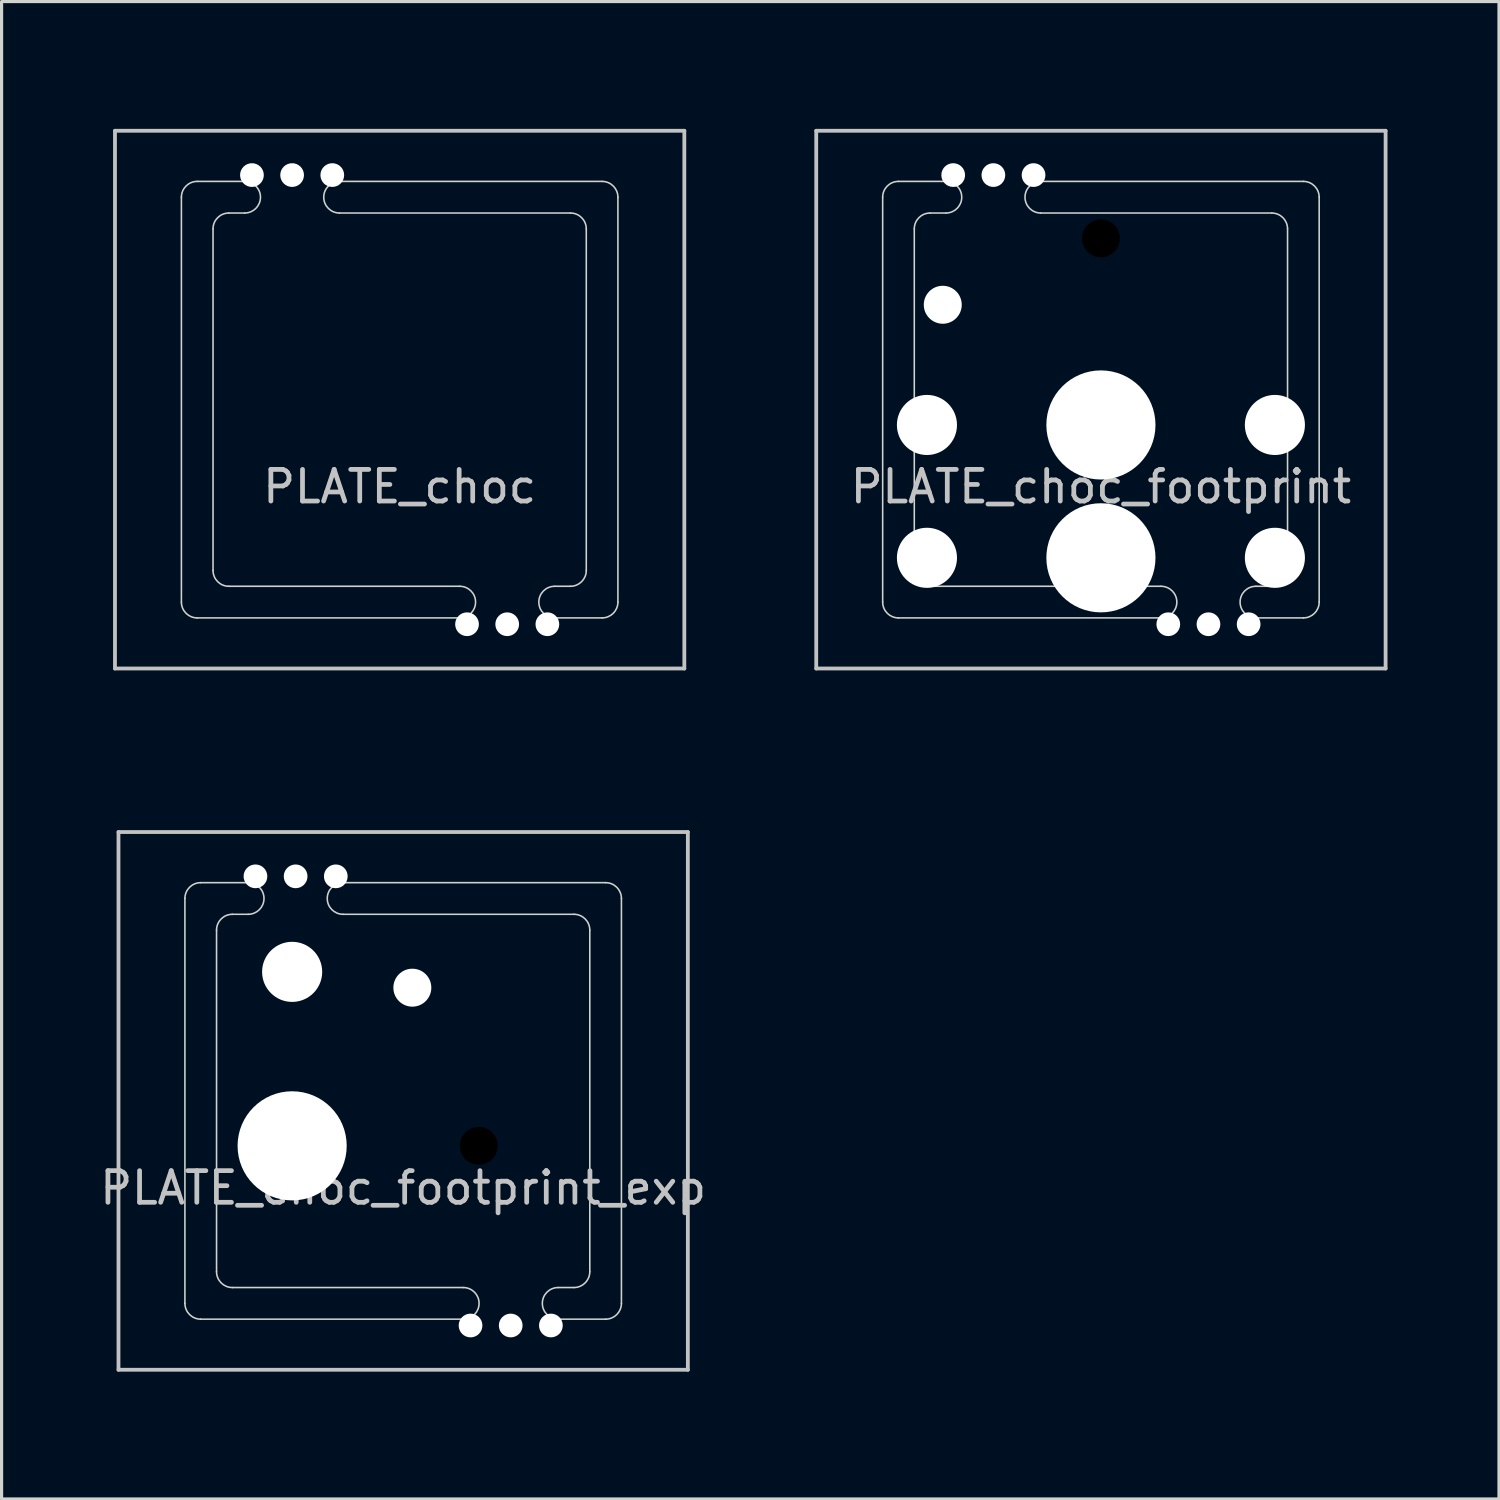
<source format=kicad_pcb>
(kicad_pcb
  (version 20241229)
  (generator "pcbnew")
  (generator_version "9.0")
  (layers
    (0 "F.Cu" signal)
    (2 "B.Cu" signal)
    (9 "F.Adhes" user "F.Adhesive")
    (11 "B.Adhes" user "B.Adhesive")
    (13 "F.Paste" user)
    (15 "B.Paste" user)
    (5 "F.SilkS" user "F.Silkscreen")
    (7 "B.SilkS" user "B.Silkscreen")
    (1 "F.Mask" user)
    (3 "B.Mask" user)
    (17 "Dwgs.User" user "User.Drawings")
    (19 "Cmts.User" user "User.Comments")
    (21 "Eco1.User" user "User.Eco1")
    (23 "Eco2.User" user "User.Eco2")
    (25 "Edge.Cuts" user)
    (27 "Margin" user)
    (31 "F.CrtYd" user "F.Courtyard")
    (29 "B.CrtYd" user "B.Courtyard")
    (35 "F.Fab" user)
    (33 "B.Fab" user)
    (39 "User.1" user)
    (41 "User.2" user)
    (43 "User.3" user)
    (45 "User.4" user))
  (footprint "PLATE_choc"
    (layer "F.Cu")
    (at 9.585 9.585)
    (property "Reference" "PLATE_choc" (at 0 2.75 0) (layer "Dwgs.User") (effects (font (size 1 1) (thickness 0.15))))
    (attr exclude_from_pos_files exclude_from_bom)
    (fp_line (start -9 -8.5) (end -9 8.5) (stroke (width 0.12) (type solid)) (layer "Dwgs.User"))
    (fp_line (start -9 8.5) (end 9 8.5) (stroke (width 0.12) (type solid)) (layer "Dwgs.User"))
    (fp_line (start 9 -8.5) (end -9 -8.5) (stroke (width 0.12) (type solid)) (layer "Dwgs.User"))
    (fp_line (start 9 8.5) (end 9 -8.5) (stroke (width 0.12) (type solid)) (layer "Dwgs.User"))
    (fp_line (start -9.525 -9.525) (end 9.525 -9.525) (stroke (width 0.12) (type solid)) (layer "Eco1.User"))
    (fp_line (start -9.525 9.525) (end -9.525 -9.525) (stroke (width 0.12) (type solid)) (layer "Eco1.User"))
    (fp_line (start 9.525 -9.525) (end 9.525 9.525) (stroke (width 0.12) (type solid)) (layer "Eco1.User"))
    (fp_line (start 9.525 9.525) (end -9.525 9.525) (stroke (width 0.12) (type solid)) (layer "Eco1.User"))
    (fp_line (start -6.9 -6.4) (end -6.9 6.4) (stroke (width 0.05) (type solid)) (layer "Edge.Cuts"))
    (fp_line (start -5.9 -5.4) (end -5.9 5.4) (stroke (width 0.05) (type solid)) (layer "Edge.Cuts"))
    (fp_line (start -5.4 5.9) (end 1.9 5.9) (stroke (width 0.05) (type solid)) (layer "Edge.Cuts"))
    (fp_line (start -4.9 -6.9) (end -6.4 -6.9) (stroke (width 0.05) (type solid)) (layer "Edge.Cuts"))
    (fp_line (start -4.9 -5.9) (end -5.4 -5.9) (stroke (width 0.05) (type solid)) (layer "Edge.Cuts"))
    (fp_line (start 1.9 6.9) (end -6.4 6.9) (stroke (width 0.05) (type solid)) (layer "Edge.Cuts"))
    (fp_line (start 4.9 5.9) (end 5.4 5.9) (stroke (width 0.05) (type solid)) (layer "Edge.Cuts"))
    (fp_line (start 5.4 -5.9) (end -1.9 -5.9) (stroke (width 0.05) (type solid)) (layer "Edge.Cuts"))
    (fp_line (start 5.9 5.4) (end 5.9 -5.4) (stroke (width 0.05) (type solid)) (layer "Edge.Cuts"))
    (fp_line (start 6.4 -6.9) (end -1.9 -6.9) (stroke (width 0.05) (type solid)) (layer "Edge.Cuts"))
    (fp_line (start 6.4 6.9) (end 4.9 6.9) (stroke (width 0.05) (type solid)) (layer "Edge.Cuts"))
    (fp_line (start 6.9 6.4) (end 6.9 -6.4) (stroke (width 0.05) (type solid)) (layer "Edge.Cuts"))
    (fp_arc (start -6.9 -6.4) (mid -6.753553 -6.753553) (end -6.4 -6.9) (stroke (width 0.05) (type solid)) (layer "Edge.Cuts"))
    (fp_arc (start -6.4 6.9) (mid -6.753553 6.753553) (end -6.9 6.4) (stroke (width 0.05) (type solid)) (layer "Edge.Cuts"))
    (fp_arc (start -5.9 -5.4) (mid -5.753553 -5.753553) (end -5.4 -5.9) (stroke (width 0.05) (type solid)) (layer "Edge.Cuts"))
    (fp_arc (start -5.4 5.9) (mid -5.753553 5.753553) (end -5.9 5.4) (stroke (width 0.05) (type solid)) (layer "Edge.Cuts"))
    (fp_arc (start -4.9 -6.9) (mid -4.4 -6.4) (end -4.9 -5.9) (stroke (width 0.05) (type solid)) (layer "Edge.Cuts"))
    (fp_arc (start -1.9 -5.9) (mid -2.4 -6.4) (end -1.9 -6.9) (stroke (width 0.05) (type solid)) (layer "Edge.Cuts"))
    (fp_arc (start 1.9 5.9) (mid 2.4 6.4) (end 1.9 6.9) (stroke (width 0.05) (type solid)) (layer "Edge.Cuts"))
    (fp_arc (start 4.9 6.9) (mid 4.4 6.4) (end 4.9 5.9) (stroke (width 0.05) (type solid)) (layer "Edge.Cuts"))
    (fp_arc (start 5.4 -5.9) (mid 5.753553 -5.753553) (end 5.9 -5.4) (stroke (width 0.05) (type solid)) (layer "Edge.Cuts"))
    (fp_arc (start 5.9 5.4) (mid 5.753553 5.753553) (end 5.4 5.9) (stroke (width 0.05) (type solid)) (layer "Edge.Cuts"))
    (fp_arc (start 6.4 -6.9) (mid 6.753553 -6.753553) (end 6.9 -6.4) (stroke (width 0.05) (type solid)) (layer "Edge.Cuts"))
    (fp_arc (start 6.9 6.4) (mid 6.753553 6.753553) (end 6.4 6.9) (stroke (width 0.05) (type solid)) (layer "Edge.Cuts"))
    (fp_text user "Eco1: 19.05 spacing" (at 0 8.25 0) (layer "Eco1.User") (effects (font (size 1 1) (thickness 0.15))))
    (pad "" np_thru_hole circle (at -4.67 -7.1) (size 0.75 0.75) (drill 0.75) (layers "*.Cu" "*.Mask"))
    (pad "" np_thru_hole circle (at -3.4 -7.1) (size 0.75 0.75) (drill 0.75) (layers "*.Cu" "*.Mask"))
    (pad "" np_thru_hole circle (at -2.13 -7.1) (size 0.75 0.75) (drill 0.75) (layers "*.Cu" "*.Mask"))
    (pad "" np_thru_hole circle (at 2.13 7.1) (size 0.75 0.75) (drill 0.75) (layers "*.Cu" "*.Mask"))
    (pad "" np_thru_hole circle (at 3.4 7.1) (size 0.75 0.75) (drill 0.75) (layers "*.Cu" "*.Mask"))
    (pad "" np_thru_hole circle (at 4.67 7.1) (size 0.75 0.75) (drill 0.75) (layers "*.Cu" "*.Mask")))
  (footprint "PLATE_choc_footprint"
    (layer "F.Cu")
    (at 31.755 9.585)
    (property "Reference" "PLATE_choc_footprint" (at 0 2.75 0) (layer "Dwgs.User") (effects (font (size 1 1) (thickness 0.15))))
    (attr exclude_from_pos_files exclude_from_bom)
    (fp_line (start -9 -8.5) (end -9 8.5) (stroke (width 0.12) (type solid)) (layer "Dwgs.User"))
    (fp_line (start -9 8.5) (end 9 8.5) (stroke (width 0.12) (type solid)) (layer "Dwgs.User"))
    (fp_line (start 9 -8.5) (end -9 -8.5) (stroke (width 0.12) (type solid)) (layer "Dwgs.User"))
    (fp_line (start 9 8.5) (end 9 -8.5) (stroke (width 0.12) (type solid)) (layer "Dwgs.User"))
    (fp_line (start -9.525 -9.525) (end 9.525 -9.525) (stroke (width 0.12) (type solid)) (layer "Eco1.User"))
    (fp_line (start -9.525 9.525) (end -9.525 -9.525) (stroke (width 0.12) (type solid)) (layer "Eco1.User"))
    (fp_line (start 9.525 -9.525) (end 9.525 9.525) (stroke (width 0.12) (type solid)) (layer "Eco1.User"))
    (fp_line (start 9.525 9.525) (end -9.525 9.525) (stroke (width 0.12) (type solid)) (layer "Eco1.User"))
    (fp_line (start -6.9 -6.4) (end -6.9 6.4) (stroke (width 0.05) (type solid)) (layer "Edge.Cuts"))
    (fp_line (start -5.9 -5.4) (end -5.9 5.4) (stroke (width 0.05) (type solid)) (layer "Edge.Cuts"))
    (fp_line (start -5.4 5.9) (end 1.9 5.9) (stroke (width 0.05) (type solid)) (layer "Edge.Cuts"))
    (fp_line (start -4.9 -6.9) (end -6.4 -6.9) (stroke (width 0.05) (type solid)) (layer "Edge.Cuts"))
    (fp_line (start -4.9 -5.9) (end -5.4 -5.9) (stroke (width 0.05) (type solid)) (layer "Edge.Cuts"))
    (fp_line (start 1.9 6.9) (end -6.4 6.9) (stroke (width 0.05) (type solid)) (layer "Edge.Cuts"))
    (fp_line (start 4.9 5.9) (end 5.4 5.9) (stroke (width 0.05) (type solid)) (layer "Edge.Cuts"))
    (fp_line (start 5.4 -5.9) (end -1.9 -5.9) (stroke (width 0.05) (type solid)) (layer "Edge.Cuts"))
    (fp_line (start 5.9 5.4) (end 5.9 -5.4) (stroke (width 0.05) (type solid)) (layer "Edge.Cuts"))
    (fp_line (start 6.4 -6.9) (end -1.9 -6.9) (stroke (width 0.05) (type solid)) (layer "Edge.Cuts"))
    (fp_line (start 6.4 6.9) (end 4.9 6.9) (stroke (width 0.05) (type solid)) (layer "Edge.Cuts"))
    (fp_line (start 6.9 6.4) (end 6.9 -6.4) (stroke (width 0.05) (type solid)) (layer "Edge.Cuts"))
    (fp_arc (start -6.9 -6.4) (mid -6.753553 -6.753553) (end -6.4 -6.9) (stroke (width 0.05) (type solid)) (layer "Edge.Cuts"))
    (fp_arc (start -6.4 6.9) (mid -6.753553 6.753553) (end -6.9 6.4) (stroke (width 0.05) (type solid)) (layer "Edge.Cuts"))
    (fp_arc (start -5.9 -5.4) (mid -5.753553 -5.753553) (end -5.4 -5.9) (stroke (width 0.05) (type solid)) (layer "Edge.Cuts"))
    (fp_arc (start -5.4 5.9) (mid -5.753553 5.753553) (end -5.9 5.4) (stroke (width 0.05) (type solid)) (layer "Edge.Cuts"))
    (fp_arc (start -4.9 -6.9) (mid -4.4 -6.4) (end -4.9 -5.9) (stroke (width 0.05) (type solid)) (layer "Edge.Cuts"))
    (fp_arc (start -1.9 -5.9) (mid -2.4 -6.4) (end -1.9 -6.9) (stroke (width 0.05) (type solid)) (layer "Edge.Cuts"))
    (fp_arc (start 1.9 5.9) (mid 2.4 6.4) (end 1.9 6.9) (stroke (width 0.05) (type solid)) (layer "Edge.Cuts"))
    (fp_arc (start 4.9 6.9) (mid 4.4 6.4) (end 4.9 5.9) (stroke (width 0.05) (type solid)) (layer "Edge.Cuts"))
    (fp_arc (start 5.4 -5.9) (mid 5.753553 -5.753553) (end 5.9 -5.4) (stroke (width 0.05) (type solid)) (layer "Edge.Cuts"))
    (fp_arc (start 5.9 5.4) (mid 5.753553 5.753553) (end 5.4 5.9) (stroke (width 0.05) (type solid)) (layer "Edge.Cuts"))
    (fp_arc (start 6.4 -6.9) (mid 6.753553 -6.753553) (end 6.9 -6.4) (stroke (width 0.05) (type solid)) (layer "Edge.Cuts"))
    (fp_arc (start 6.9 6.4) (mid 6.753553 6.753553) (end 6.4 6.9) (stroke (width 0.05) (type solid)) (layer "Edge.Cuts"))
    (fp_text user "Eco1: 19.05 spacing" (at 0 8.25 0) (layer "Eco1.User") (effects (font (size 1 1) (thickness 0.15))))
    (pad "" np_thru_hole circle (at -5.5 0.8 180) (size 1.9 1.9) (drill 1.9) (layers "*.Cu" "*.Mask"))
    (pad "" np_thru_hole circle (at -5.5 5 180) (size 1.9 1.9) (drill 1.9) (layers "*.Cu" "*.Mask"))
    (pad "" np_thru_hole circle (at -5 -3 180) (size 1.2 1.2) (drill 1.2) (layers "*.Cu" "*.Mask"))
    (pad "" np_thru_hole circle (at -4.67 -7.1) (size 0.75 0.75) (drill 0.75) (layers "*.Cu" "*.Mask"))
    (pad "" np_thru_hole circle (at -3.4 -7.1) (size 0.75 0.75) (drill 0.75) (layers "*.Cu" "*.Mask"))
    (pad "" np_thru_hole circle (at -2.13 -7.1) (size 0.75 0.75) (drill 0.75) (layers "*.Cu" "*.Mask"))
    (pad "" np_thru_hole circle (at 0 -5.1 180) (size 1.2 1.2) (drill 1.2) (layers "*.Mask"))
    (pad "" np_thru_hole circle (at 0 0.8 180) (size 3.45 3.45) (drill 3.45) (layers "*.Cu" "*.Mask"))
    (pad "" np_thru_hole circle (at 0 5 180) (size 3.45 3.45) (drill 3.45) (layers "*.Cu" "*.Mask"))
    (pad "" np_thru_hole circle (at 2.13 7.1) (size 0.75 0.75) (drill 0.75) (layers "*.Cu" "*.Mask"))
    (pad "" np_thru_hole circle (at 3.4 7.1) (size 0.75 0.75) (drill 0.75) (layers "*.Cu" "*.Mask"))
    (pad "" np_thru_hole circle (at 4.67 7.1) (size 0.75 0.75) (drill 0.75) (layers "*.Cu" "*.Mask"))
    (pad "" np_thru_hole circle (at 5.5 0.8 180) (size 1.9 1.9) (drill 1.9) (layers "*.Cu" "*.Mask"))
    (pad "" np_thru_hole circle (at 5.5 5 180) (size 1.9 1.9) (drill 1.9) (layers "*.Cu" "*.Mask")))
  (footprint "PLATE_choc_footprint_exp"
    (layer "F.Cu")
    (at 9.696 31.755)
    (property "Reference" "PLATE_choc_footprint_exp" (at 0 2.75 0) (layer "Dwgs.User") (effects (font (size 1 1) (thickness 0.15))))
    (attr exclude_from_pos_files exclude_from_bom)
    (fp_line (start -9 -8.5) (end -9 8.5) (stroke (width 0.12) (type solid)) (layer "Dwgs.User"))
    (fp_line (start -9 8.5) (end 9 8.5) (stroke (width 0.12) (type solid)) (layer "Dwgs.User"))
    (fp_line (start 9 -8.5) (end -9 -8.5) (stroke (width 0.12) (type solid)) (layer "Dwgs.User"))
    (fp_line (start 9 8.5) (end 9 -8.5) (stroke (width 0.12) (type solid)) (layer "Dwgs.User"))
    (fp_line (start -9.525 -9.525) (end 9.525 -9.525) (stroke (width 0.12) (type solid)) (layer "Eco1.User"))
    (fp_line (start -9.525 9.525) (end -9.525 -9.525) (stroke (width 0.12) (type solid)) (layer "Eco1.User"))
    (fp_line (start 9.525 -9.525) (end 9.525 9.525) (stroke (width 0.12) (type solid)) (layer "Eco1.User"))
    (fp_line (start 9.525 9.525) (end -9.525 9.525) (stroke (width 0.12) (type solid)) (layer "Eco1.User"))
    (fp_line (start -6.9 -6.4) (end -6.9 6.4) (stroke (width 0.05) (type solid)) (layer "Edge.Cuts"))
    (fp_line (start -5.9 -5.4) (end -5.9 5.4) (stroke (width 0.05) (type solid)) (layer "Edge.Cuts"))
    (fp_line (start -5.4 5.9) (end 1.9 5.9) (stroke (width 0.05) (type solid)) (layer "Edge.Cuts"))
    (fp_line (start -4.9 -6.9) (end -6.4 -6.9) (stroke (width 0.05) (type solid)) (layer "Edge.Cuts"))
    (fp_line (start -4.9 -5.9) (end -5.4 -5.9) (stroke (width 0.05) (type solid)) (layer "Edge.Cuts"))
    (fp_line (start 1.9 6.9) (end -6.4 6.9) (stroke (width 0.05) (type solid)) (layer "Edge.Cuts"))
    (fp_line (start 4.9 5.9) (end 5.4 5.9) (stroke (width 0.05) (type solid)) (layer "Edge.Cuts"))
    (fp_line (start 5.4 -5.9) (end -1.9 -5.9) (stroke (width 0.05) (type solid)) (layer "Edge.Cuts"))
    (fp_line (start 5.9 5.4) (end 5.9 -5.4) (stroke (width 0.05) (type solid)) (layer "Edge.Cuts"))
    (fp_line (start 6.4 -6.9) (end -1.9 -6.9) (stroke (width 0.05) (type solid)) (layer "Edge.Cuts"))
    (fp_line (start 6.4 6.9) (end 4.9 6.9) (stroke (width 0.05) (type solid)) (layer "Edge.Cuts"))
    (fp_line (start 6.9 6.4) (end 6.9 -6.4) (stroke (width 0.05) (type solid)) (layer "Edge.Cuts"))
    (fp_arc (start -6.9 -6.4) (mid -6.753553 -6.753553) (end -6.4 -6.9) (stroke (width 0.05) (type solid)) (layer "Edge.Cuts"))
    (fp_arc (start -6.4 6.9) (mid -6.753553 6.753553) (end -6.9 6.4) (stroke (width 0.05) (type solid)) (layer "Edge.Cuts"))
    (fp_arc (start -5.9 -5.4) (mid -5.753553 -5.753553) (end -5.4 -5.9) (stroke (width 0.05) (type solid)) (layer "Edge.Cuts"))
    (fp_arc (start -5.4 5.9) (mid -5.753553 5.753553) (end -5.9 5.4) (stroke (width 0.05) (type solid)) (layer "Edge.Cuts"))
    (fp_arc (start -4.9 -6.9) (mid -4.4 -6.4) (end -4.9 -5.9) (stroke (width 0.05) (type solid)) (layer "Edge.Cuts"))
    (fp_arc (start -1.9 -5.9) (mid -2.4 -6.4) (end -1.9 -6.9) (stroke (width 0.05) (type solid)) (layer "Edge.Cuts"))
    (fp_arc (start 1.9 5.9) (mid 2.4 6.4) (end 1.9 6.9) (stroke (width 0.05) (type solid)) (layer "Edge.Cuts"))
    (fp_arc (start 4.9 6.9) (mid 4.4 6.4) (end 4.9 5.9) (stroke (width 0.05) (type solid)) (layer "Edge.Cuts"))
    (fp_arc (start 5.4 -5.9) (mid 5.753553 -5.753553) (end 5.9 -5.4) (stroke (width 0.05) (type solid)) (layer "Edge.Cuts"))
    (fp_arc (start 5.9 5.4) (mid 5.753553 5.753553) (end 5.4 5.9) (stroke (width 0.05) (type solid)) (layer "Edge.Cuts"))
    (fp_arc (start 6.4 -6.9) (mid 6.753553 -6.753553) (end 6.9 -6.4) (stroke (width 0.05) (type solid)) (layer "Edge.Cuts"))
    (fp_arc (start 6.9 6.4) (mid 6.753553 6.753553) (end 6.4 6.9) (stroke (width 0.05) (type solid)) (layer "Edge.Cuts"))
    (fp_text user "Eco1: 19.05 spacing" (at 0 8.25 0) (layer "Eco1.User") (effects (font (size 1 1) (thickness 0.15))))
    (pad "" np_thru_hole circle (at -4.67 -7.1) (size 0.75 0.75) (drill 0.75) (layers "*.Cu" "*.Mask"))
    (pad "" np_thru_hole circle (at -3.51 -4.08 90) (size 1.9 1.9) (drill 1.9) (layers "*.Cu" "*.Mask"))
    (pad "" np_thru_hole circle (at -3.51 1.42 90) (size 3.45 3.45) (drill 3.45) (layers "*.Cu" "*.Mask"))
    (pad "" np_thru_hole circle (at -3.4 -7.1) (size 0.75 0.75) (drill 0.75) (layers "*.Cu" "*.Mask"))
    (pad "" np_thru_hole circle (at -2.13 -7.1) (size 0.75 0.75) (drill 0.75) (layers "*.Cu" "*.Mask"))
    (pad "" np_thru_hole circle (at 0.29 -3.58 90) (size 1.2 1.2) (drill 1.2) (layers "*.Cu" "*.Mask"))
    (pad "" np_thru_hole circle (at 2.13 7.1) (size 0.75 0.75) (drill 0.75) (layers "*.Cu" "*.Mask"))
    (pad "" np_thru_hole circle (at 2.39 1.42 90) (size 1.2 1.2) (drill 1.2) (layers "*.Mask"))
    (pad "" np_thru_hole circle (at 3.4 7.1) (size 0.75 0.75) (drill 0.75) (layers "*.Cu" "*.Mask"))
    (pad "" np_thru_hole circle (at 4.67 7.1) (size 0.75 0.75) (drill 0.75) (layers "*.Cu" "*.Mask")))
  (gr_rect
    (start -3 -3)
    (end 44.34 44.34)
    (stroke (width 0.1) (type default))
    (fill no)
    (layer "Edge.Cuts")))
</source>
